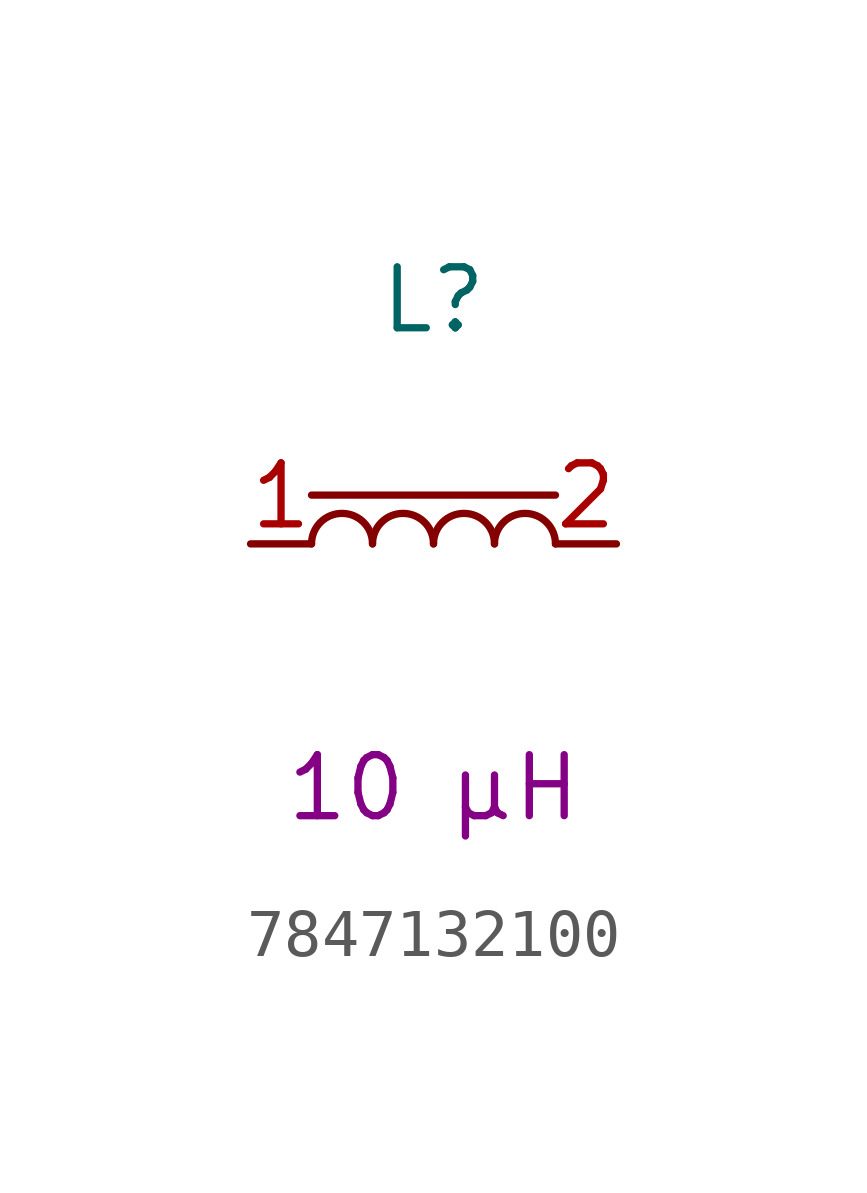
<source format=kicad_sym>
(kicad_symbol_lib
  (version 20220914)
  (generator kicad_symbol_editor)
  (symbol "7847132100"
    (pin_names hide)
    (property "Reference" "L"
      (at 0 5.08 0)
      (effects (font (size 1.27 1.27))))
    (property "Critical Parameter" "10 µH"
      (at 0 -5.08 0)
      (effects (font (size 1.27 1.27))))
    (symbol "7847132100_0_1"
      (arc (start -1.27 0) (mid -1.905 0.6323) (end -2.54 0) (stroke (width 0) (type default)) (fill (type none)))
      (arc (start 0 0) (mid -0.635 0.6323) (end -1.27 0) (stroke (width 0) (type default)) (fill (type none)))
      (polyline (pts (xy -2.54 1.016) (xy 2.54 1.016)) (stroke (width 0) (type default)) (fill (type none)))
      (arc (start 1.27 0) (mid 0.635 0.6323) (end 0 0) (stroke (width 0) (type default)) (fill (type none)))
      (arc (start 2.54 0) (mid 1.905 0.6323) (end 1.27 0) (stroke (width 0) (type default)) (fill (type none))))
    (symbol "7847132100_1_1"
      (pin passive line (at -3.81 0 0) (length 1.27) (name "1" (effects (font (size 1.27 1.27)))) (number "1" (effects (font (size 1.27 1.27)))))
      (pin passive line (at 3.81 0 180) (length 1.27) (name "2" (effects (font (size 1.27 1.27)))) (number "2" (effects (font (size 1.27 1.27))))))))
</source>
